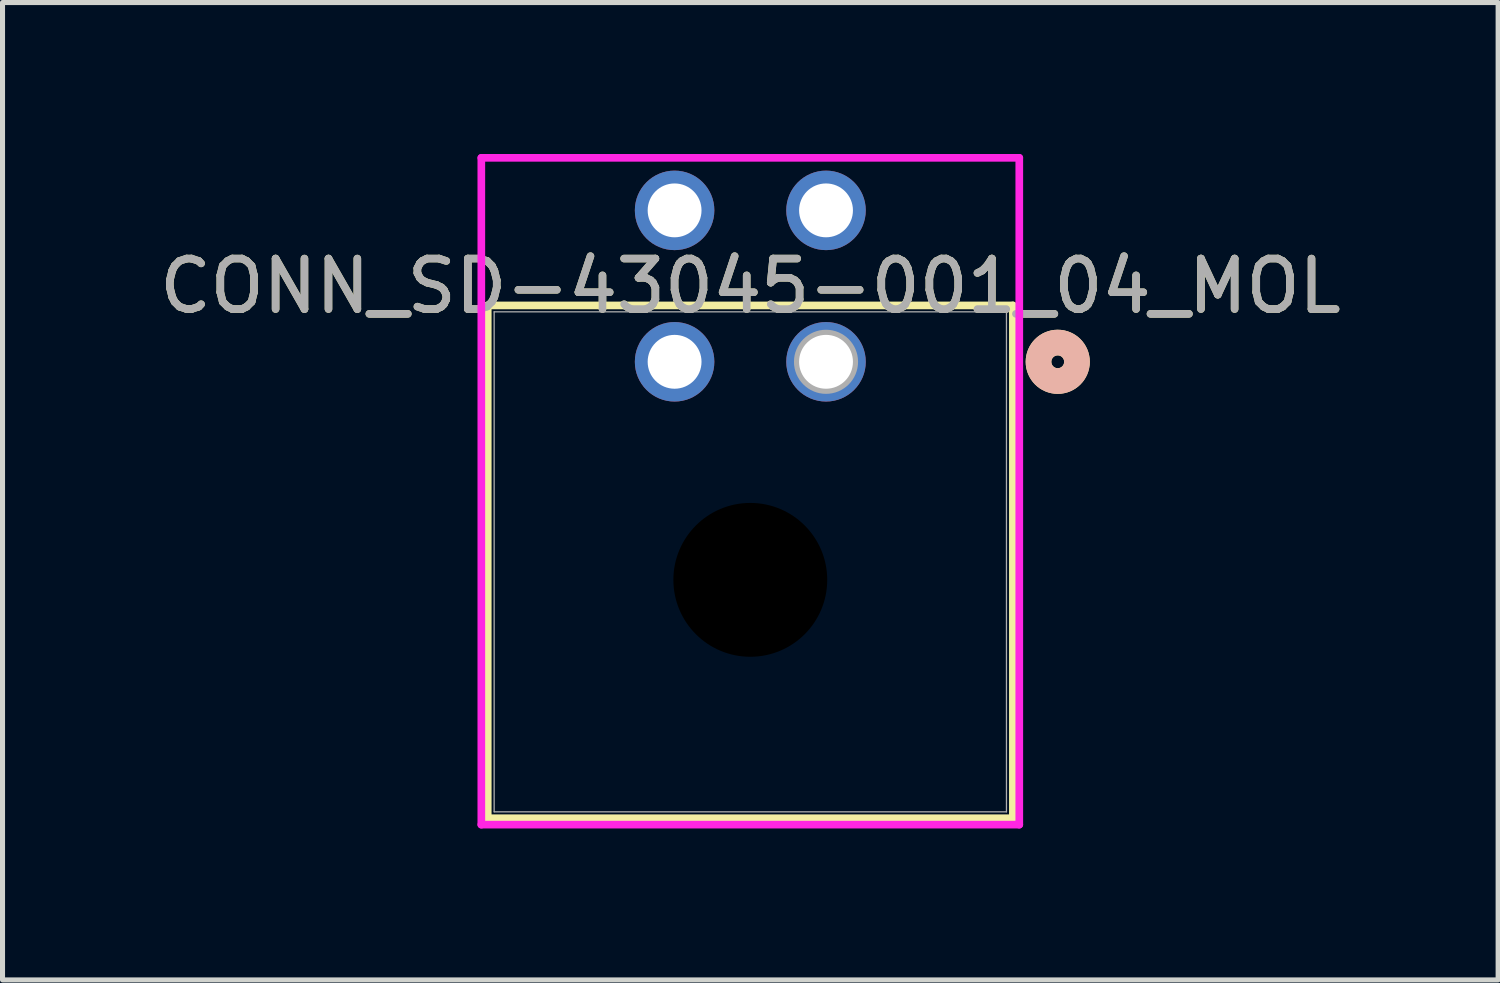
<source format=kicad_pcb>
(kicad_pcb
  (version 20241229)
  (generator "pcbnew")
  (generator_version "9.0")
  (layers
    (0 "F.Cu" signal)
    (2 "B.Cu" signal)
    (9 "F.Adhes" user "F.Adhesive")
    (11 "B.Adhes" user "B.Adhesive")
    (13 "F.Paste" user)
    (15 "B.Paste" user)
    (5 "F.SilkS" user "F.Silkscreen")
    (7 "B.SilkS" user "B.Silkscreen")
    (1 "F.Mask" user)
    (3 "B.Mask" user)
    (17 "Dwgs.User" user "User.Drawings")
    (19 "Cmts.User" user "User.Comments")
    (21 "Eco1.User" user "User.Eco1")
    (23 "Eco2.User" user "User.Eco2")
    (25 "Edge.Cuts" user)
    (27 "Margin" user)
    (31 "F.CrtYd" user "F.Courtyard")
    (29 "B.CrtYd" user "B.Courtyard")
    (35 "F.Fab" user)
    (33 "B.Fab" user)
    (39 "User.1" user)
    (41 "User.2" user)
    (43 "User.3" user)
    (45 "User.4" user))
  (footprint "CONN_SD-43045-001_04_MOL"
    (layer "F.Cu")
    (at 13.315 4.118)
    (property "Reference" "CONN_SD-43045-001_04_MOL" (at -1.5 -1.5 0) (unlocked yes) (layer "F.SilkS") (effects (font (size 1 1) (thickness 0.15))))
    (attr through_hole)
    (fp_line (start -6.702 -1.117) (end -6.702 9.043) (stroke (width 0.152) (type solid)) (layer "F.SilkS"))
    (fp_line (start -6.702 9.043) (end 3.702 9.043) (stroke (width 0.152) (type solid)) (layer "F.SilkS"))
    (fp_line (start 3.702 -1.117) (end -6.702 -1.117) (stroke (width 0.152) (type solid)) (layer "F.SilkS"))
    (fp_line (start 3.702 9.043) (end 3.702 -1.117) (stroke (width 0.152) (type solid)) (layer "F.SilkS"))
    (fp_circle (center 4.591 0) (end 4.972 0) (stroke (width 0.508) (type solid)) (fill no) (layer "F.SilkS"))
    (fp_circle (center 4.591 0) (end 4.972 0) (stroke (width 0.508) (type solid)) (fill no) (layer "B.SilkS"))
    (fp_line (start -6.829 -4.041) (end -6.829 9.17) (stroke (width 0.152) (type solid)) (layer "F.CrtYd"))
    (fp_line (start -6.829 9.17) (end 3.829 9.17) (stroke (width 0.152) (type solid)) (layer "F.CrtYd"))
    (fp_line (start 3.829 -4.041) (end -6.829 -4.041) (stroke (width 0.152) (type solid)) (layer "F.CrtYd"))
    (fp_line (start 3.829 9.17) (end 3.829 -4.041) (stroke (width 0.152) (type solid)) (layer "F.CrtYd"))
    (fp_line (start -6.575 -0.99) (end -6.575 8.916) (stroke (width 0.025) (type solid)) (layer "F.Fab"))
    (fp_line (start -6.575 8.916) (end 3.575 8.916) (stroke (width 0.025) (type solid)) (layer "F.Fab"))
    (fp_line (start 3.575 -0.99) (end -6.575 -0.99) (stroke (width 0.025) (type solid)) (layer "F.Fab"))
    (fp_line (start 3.575 8.916) (end 3.575 -0.99) (stroke (width 0.025) (type solid)) (layer "F.Fab"))
    (fp_circle (center 0 0) (end 0.381 0) (stroke (width 0.508) (type solid)) (fill no) (layer "F.Fab"))
    (fp_text user "${REFERENCE}" (at -1.5 -1.5 0) (unlocked yes) (layer "F.Fab") (effects (font (size 1 1) (thickness 0.15))))
    (pad "" np_thru_hole circle (at -1.5 4.32) (size 3.048 3.048) (drill 3.048) (layers))
    (pad "1" thru_hole circle (at 0 0) (size 1.575 1.575) (drill 1.067) (layers "*.Cu" "*.Mask"))
    (pad "2" thru_hole circle (at -3 0) (size 1.575 1.575) (drill 1.067) (layers "*.Cu" "*.Mask"))
    (pad "3" thru_hole circle (at 0 -3) (size 1.575 1.575) (drill 1.067) (layers "*.Cu" "*.Mask"))
    (pad "4" thru_hole circle (at -3 -3) (size 1.575 1.575) (drill 1.067) (layers "*.Cu" "*.Mask")))
  (gr_rect
    (start -3 -3)
    (end 26.631 16.364)
    (stroke (width 0.1) (type default))
    (fill no)
    (layer "Edge.Cuts")))
</source>
